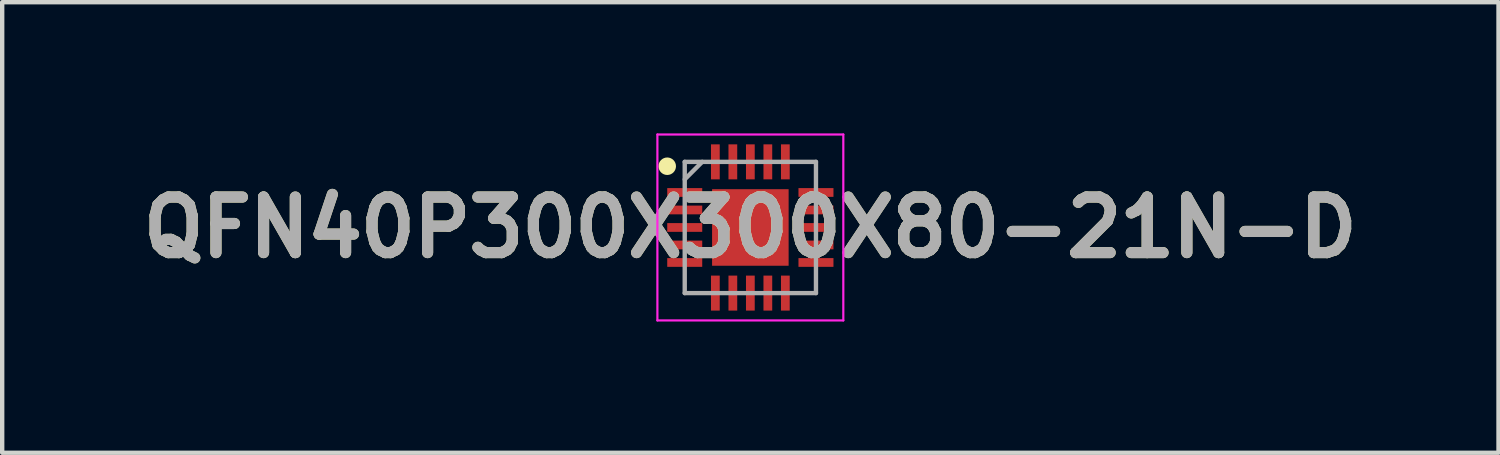
<source format=kicad_pcb>
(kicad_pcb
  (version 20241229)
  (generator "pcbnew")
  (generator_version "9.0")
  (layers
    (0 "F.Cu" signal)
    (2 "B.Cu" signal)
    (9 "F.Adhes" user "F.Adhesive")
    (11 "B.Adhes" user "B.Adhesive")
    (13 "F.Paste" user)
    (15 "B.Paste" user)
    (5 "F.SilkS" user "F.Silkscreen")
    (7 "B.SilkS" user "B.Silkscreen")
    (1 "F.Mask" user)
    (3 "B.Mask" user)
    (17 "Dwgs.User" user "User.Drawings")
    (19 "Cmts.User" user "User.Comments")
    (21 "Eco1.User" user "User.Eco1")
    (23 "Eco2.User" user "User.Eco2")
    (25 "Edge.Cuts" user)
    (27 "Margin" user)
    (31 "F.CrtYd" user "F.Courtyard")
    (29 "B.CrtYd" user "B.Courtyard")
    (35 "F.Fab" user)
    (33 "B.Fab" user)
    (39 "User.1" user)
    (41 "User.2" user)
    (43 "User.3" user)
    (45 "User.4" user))
  (footprint "QFN40P300X300X80-21N-D"
    (layer "F.Cu")
    (at 14.103 2.15)
    (property "Reference" "QFN40P300X300X80-21N-D" (at 0 0 0) (layer "F.SilkS") (effects (font (size 1.27 1.27) (thickness 0.254))))
    (attr smd)
    (fp_circle (center -1.9 -1.4) (end -1.9 -1.3) (stroke (width 0.2) (type solid)) (fill no) (layer "F.SilkS"))
    (fp_line (start -2.125 -2.125) (end 2.125 -2.125) (stroke (width 0.05) (type solid)) (layer "F.CrtYd"))
    (fp_line (start -2.125 2.125) (end -2.125 -2.125) (stroke (width 0.05) (type solid)) (layer "F.CrtYd"))
    (fp_line (start 2.125 -2.125) (end 2.125 2.125) (stroke (width 0.05) (type solid)) (layer "F.CrtYd"))
    (fp_line (start 2.125 2.125) (end -2.125 2.125) (stroke (width 0.05) (type solid)) (layer "F.CrtYd"))
    (fp_line (start -1.5 -1.5) (end 1.5 -1.5) (stroke (width 0.1) (type solid)) (layer "F.Fab"))
    (fp_line (start -1.5 -1.1) (end -1.1 -1.5) (stroke (width 0.1) (type solid)) (layer "F.Fab"))
    (fp_line (start -1.5 1.5) (end -1.5 -1.5) (stroke (width 0.1) (type solid)) (layer "F.Fab"))
    (fp_line (start 1.5 -1.5) (end 1.5 1.5) (stroke (width 0.1) (type solid)) (layer "F.Fab"))
    (fp_line (start 1.5 1.5) (end -1.5 1.5) (stroke (width 0.1) (type solid)) (layer "F.Fab"))
    (fp_text user "${REFERENCE}" (at 0 0 0) (layer "F.Fab") (effects (font (size 1.27 1.27) (thickness 0.254))))
    (pad "1" smd rect (at -1.5 -0.8 90) (size 0.2 0.8) (layers "F.Cu" "F.Mask" "F.Paste"))
    (pad "2" smd rect (at -1.5 -0.4 90) (size 0.2 0.8) (layers "F.Cu" "F.Mask" "F.Paste"))
    (pad "3" smd rect (at -1.5 0 90) (size 0.2 0.8) (layers "F.Cu" "F.Mask" "F.Paste"))
    (pad "4" smd rect (at -1.5 0.4 90) (size 0.2 0.8) (layers "F.Cu" "F.Mask" "F.Paste"))
    (pad "5" smd rect (at -1.5 0.8 90) (size 0.2 0.8) (layers "F.Cu" "F.Mask" "F.Paste"))
    (pad "6" smd rect (at -0.8 1.5) (size 0.2 0.8) (layers "F.Cu" "F.Mask" "F.Paste"))
    (pad "7" smd rect (at -0.4 1.5) (size 0.2 0.8) (layers "F.Cu" "F.Mask" "F.Paste"))
    (pad "8" smd rect (at 0 1.5) (size 0.2 0.8) (layers "F.Cu" "F.Mask" "F.Paste"))
    (pad "9" smd rect (at 0.4 1.5) (size 0.2 0.8) (layers "F.Cu" "F.Mask" "F.Paste"))
    (pad "10" smd rect (at 0.8 1.5) (size 0.2 0.8) (layers "F.Cu" "F.Mask" "F.Paste"))
    (pad "11" smd rect (at 1.5 0.8 90) (size 0.2 0.8) (layers "F.Cu" "F.Mask" "F.Paste"))
    (pad "12" smd rect (at 1.5 0.4 90) (size 0.2 0.8) (layers "F.Cu" "F.Mask" "F.Paste"))
    (pad "13" smd rect (at 1.5 0 90) (size 0.2 0.8) (layers "F.Cu" "F.Mask" "F.Paste"))
    (pad "14" smd rect (at 1.5 -0.4 90) (size 0.2 0.8) (layers "F.Cu" "F.Mask" "F.Paste"))
    (pad "15" smd rect (at 1.5 -0.8 90) (size 0.2 0.8) (layers "F.Cu" "F.Mask" "F.Paste"))
    (pad "16" smd rect (at 0.8 -1.5) (size 0.2 0.8) (layers "F.Cu" "F.Mask" "F.Paste"))
    (pad "17" smd rect (at 0.4 -1.5) (size 0.2 0.8) (layers "F.Cu" "F.Mask" "F.Paste"))
    (pad "18" smd rect (at 0 -1.5) (size 0.2 0.8) (layers "F.Cu" "F.Mask" "F.Paste"))
    (pad "19" smd rect (at -0.4 -1.5) (size 0.2 0.8) (layers "F.Cu" "F.Mask" "F.Paste"))
    (pad "20" smd rect (at -0.8 -1.5) (size 0.2 0.8) (layers "F.Cu" "F.Mask" "F.Paste"))
    (pad "21" smd rect (at 0 0) (size 1.75 1.75) (layers "F.Cu" "F.Mask" "F.Paste")))
  (gr_rect
    (start -3 -3)
    (end 31.206 7.3)
    (stroke (width 0.1) (type default))
    (fill no)
    (layer "Edge.Cuts")))
</source>
